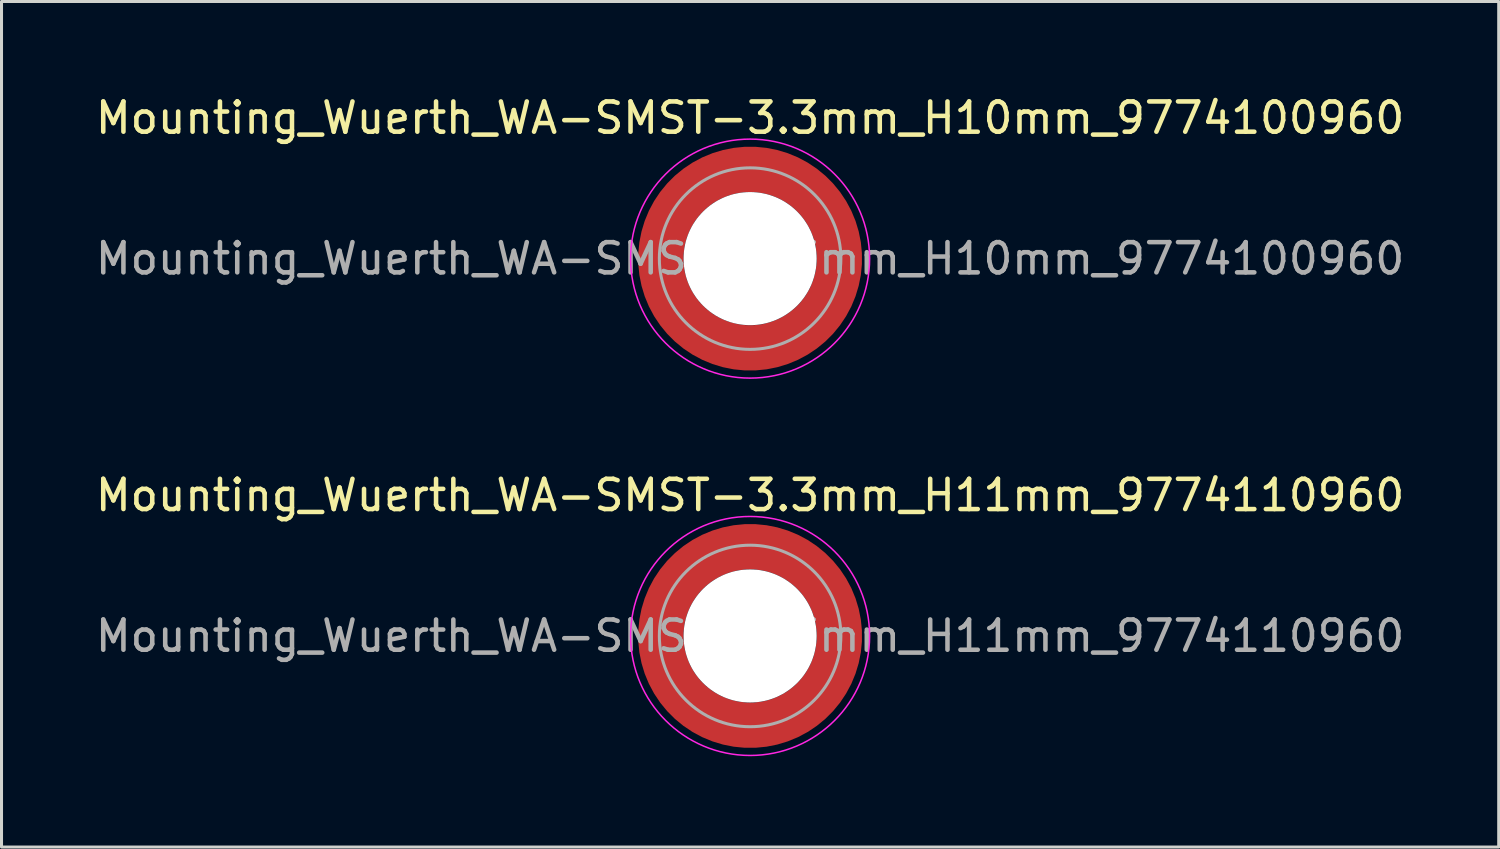
<source format=kicad_pcb>
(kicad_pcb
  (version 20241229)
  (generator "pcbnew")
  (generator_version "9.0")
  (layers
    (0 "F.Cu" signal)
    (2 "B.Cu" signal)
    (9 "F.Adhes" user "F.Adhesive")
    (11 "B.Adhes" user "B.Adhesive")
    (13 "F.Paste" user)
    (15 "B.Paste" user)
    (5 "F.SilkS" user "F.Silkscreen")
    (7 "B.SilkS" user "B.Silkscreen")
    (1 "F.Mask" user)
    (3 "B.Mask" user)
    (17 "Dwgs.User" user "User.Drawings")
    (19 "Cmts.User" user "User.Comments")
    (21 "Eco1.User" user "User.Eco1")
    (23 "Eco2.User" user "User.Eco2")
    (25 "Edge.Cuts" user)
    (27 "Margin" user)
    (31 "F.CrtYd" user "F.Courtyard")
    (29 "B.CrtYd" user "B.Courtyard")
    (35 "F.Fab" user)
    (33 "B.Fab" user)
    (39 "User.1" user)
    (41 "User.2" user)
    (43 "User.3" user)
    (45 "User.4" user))
  (footprint "Mounting_Wuerth_WA-SMST-3.3mm_H11mm_9774110960"
    (layer "F.Cu")
    (at 21.744 17.971)
    (property "Reference" "Mounting_Wuerth_WA-SMST-3.3mm_H11mm_9774110960" (at 0 -4.65 0) (layer "F.SilkS") (effects (font (size 1 1) (thickness 0.15))))
    (attr smd)
    (fp_circle (center 0 0) (end 3.95 0) (stroke (width 0.05) (type solid)) (fill no) (layer "F.CrtYd"))
    (fp_circle (center 0 0) (end 3 0) (stroke (width 0.1) (type solid)) (fill no) (layer "F.Fab"))
    (fp_text user "${REFERENCE}" (at 0 0 0) (layer "F.Fab") (effects (font (size 1 1) (thickness 0.15))))
    (pad "" smd custom (at -2.058 -2.058) (size 0.7 0.7) (layers "F.Paste") (options (anchor circle)) (primitives (gr_arc (start -0.377294 1.707681) (mid 0.318198 0.318198) (end 1.707681 -0.377294) (width 0.2)) (gr_arc (start -0.478281 1.707681) (mid 0.247487 0.247487) (end 1.707681 -0.478281) (width 0.2)) (gr_arc (start -0.579192 1.707681) (mid 0.176777 0.176777) (end 1.707681 -0.579192) (width 0.2)) (gr_arc (start -0.680037 1.707681) (mid 0.106066 0.106066) (end 1.707681 -0.680037) (width 0.2)) (gr_arc (start -0.780822 1.707681) (mid 0.035356 0.035356) (end 1.707681 -0.780822) (width 0.2)) (gr_arc (start -0.881554 1.707681) (mid -0.035355 -0.035355) (end 1.707681 -0.881554) (width 0.2)) (gr_arc (start -0.982237 1.707681) (mid -0.106066 -0.106066) (end 1.707681 -0.982237) (width 0.2)) (gr_arc (start -1.082877 1.707681) (mid -0.176777 -0.176777) (end 1.707681 -1.082877) (width 0.2)) (gr_arc (start -1.183476 1.707681) (mid -0.247487 -0.247487) (end 1.707681 -1.183476) (width 0.2)) (gr_arc (start -1.28404 1.707681) (mid -0.318198 -0.318198) (end 1.707681 -1.28404) (width 0.2)) (gr_line (start 1.708 -0.377) (end 1.708 -1.284) (width 0.2)) (gr_line (start -0.377 1.708) (end -1.284 1.708) (width 0.2))))
    (pad "" smd custom (at -2.058 2.058) (size 0.7 0.7) (layers "F.Paste") (options (anchor circle)) (primitives (gr_arc (start 1.707681 0.377294) (mid 0.318198 -0.318198) (end -0.377294 -1.707681) (width 0.2)) (gr_arc (start 1.707681 0.478281) (mid 0.247487 -0.247487) (end -0.478281 -1.707681) (width 0.2)) (gr_arc (start 1.707681 0.579192) (mid 0.176777 -0.176777) (end -0.579192 -1.707681) (width 0.2)) (gr_arc (start 1.707681 0.680037) (mid 0.106066 -0.106066) (end -0.680037 -1.707681) (width 0.2)) (gr_arc (start 1.707681 0.780822) (mid 0.035356 -0.035356) (end -0.780822 -1.707681) (width 0.2)) (gr_arc (start 1.707681 0.881554) (mid -0.035355 0.035355) (end -0.881554 -1.707681) (width 0.2)) (gr_arc (start 1.707681 0.982237) (mid -0.106066 0.106066) (end -0.982237 -1.707681) (width 0.2)) (gr_arc (start 1.707681 1.082877) (mid -0.176777 0.176777) (end -1.082877 -1.707681) (width 0.2)) (gr_arc (start 1.707681 1.183476) (mid -0.247487 0.247487) (end -1.183476 -1.707681) (width 0.2)) (gr_arc (start 1.707681 1.28404) (mid -0.318198 0.318198) (end -1.28404 -1.707681) (width 0.2)) (gr_line (start -0.377 -1.708) (end -1.284 -1.708) (width 0.2)) (gr_line (start 1.708 0.377) (end 1.708 1.284) (width 0.2))))
    (pad "" np_thru_hole circle (at 0 0) (size 4.4 4.4) (drill 4.4) (layers "*.Cu" "*.Mask"))
    (pad "" smd custom (at 2.058 -2.058) (size 0.7 0.7) (layers "F.Paste") (options (anchor circle)) (primitives (gr_arc (start -1.707681 -0.377294) (mid -0.318198 0.318198) (end 0.377294 1.707681) (width 0.2)) (gr_arc (start -1.707681 -0.478281) (mid -0.247487 0.247487) (end 0.478281 1.707681) (width 0.2)) (gr_arc (start -1.707681 -0.579192) (mid -0.176777 0.176777) (end 0.579192 1.707681) (width 0.2)) (gr_arc (start -1.707681 -0.680037) (mid -0.106066 0.106066) (end 0.680037 1.707681) (width 0.2)) (gr_arc (start -1.707681 -0.780822) (mid -0.035356 0.035356) (end 0.780822 1.707681) (width 0.2)) (gr_arc (start -1.707681 -0.881554) (mid 0.035355 -0.035355) (end 0.881554 1.707681) (width 0.2)) (gr_arc (start -1.707681 -0.982237) (mid 0.106066 -0.106066) (end 0.982237 1.707681) (width 0.2)) (gr_arc (start -1.707681 -1.082877) (mid 0.176777 -0.176777) (end 1.082877 1.707681) (width 0.2)) (gr_arc (start -1.707681 -1.183476) (mid 0.247487 -0.247487) (end 1.183476 1.707681) (width 0.2)) (gr_arc (start -1.707681 -1.28404) (mid 0.318198 -0.318198) (end 1.28404 1.707681) (width 0.2)) (gr_line (start 0.377 1.708) (end 1.284 1.708) (width 0.2)) (gr_line (start -1.708 -0.377) (end -1.708 -1.284) (width 0.2))))
    (pad "" smd custom (at 2.058 2.058) (size 0.7 0.7) (layers "F.Paste") (options (anchor circle)) (primitives (gr_arc (start 0.377294 -1.707681) (mid -0.318198 -0.318198) (end -1.707681 0.377294) (width 0.2)) (gr_arc (start 0.478281 -1.707681) (mid -0.247487 -0.247487) (end -1.707681 0.478281) (width 0.2)) (gr_arc (start 0.579192 -1.707681) (mid -0.176777 -0.176777) (end -1.707681 0.579192) (width 0.2)) (gr_arc (start 0.680037 -1.707681) (mid -0.106066 -0.106066) (end -1.707681 0.680037) (width 0.2)) (gr_arc (start 0.780822 -1.707681) (mid -0.035356 -0.035356) (end -1.707681 0.780822) (width 0.2)) (gr_arc (start 0.881554 -1.707681) (mid 0.035355 0.035355) (end -1.707681 0.881554) (width 0.2)) (gr_arc (start 0.982237 -1.707681) (mid 0.106066 0.106066) (end -1.707681 0.982237) (width 0.2)) (gr_arc (start 1.082877 -1.707681) (mid 0.176777 0.176777) (end -1.707681 1.082877) (width 0.2)) (gr_arc (start 1.183476 -1.707681) (mid 0.247487 0.247487) (end -1.707681 1.183476) (width 0.2)) (gr_arc (start 1.28404 -1.707681) (mid 0.318198 0.318198) (end -1.707681 1.28404) (width 0.2)) (gr_line (start -1.708 0.377) (end -1.708 1.284) (width 0.2)) (gr_line (start 0.377 -1.708) (end 1.284 -1.708) (width 0.2))))
    (pad "1" smd circle (at -2.95 0) (size 1.1 1.1) (layers "F.Cu"))
    (pad "1" smd circle (at 0 -2.95) (size 1.1 1.1) (layers "F.Cu"))
    (pad "1" smd circle (at 0 2.95) (size 1.1 1.1) (layers "F.Cu"))
    (pad "1" smd custom (at 2.95 0) (size 1.1 1.1) (layers "F.Cu" "F.Mask") (options (anchor circle)) (primitives (gr_circle (center -2.95 0) (end 0 0) (width 1.5) (fill no)))))
  (footprint "Mounting_Wuerth_WA-SMST-3.3mm_H10mm_9774100960"
    (layer "F.Cu")
    (at 21.744 5.498)
    (property "Reference" "Mounting_Wuerth_WA-SMST-3.3mm_H10mm_9774100960" (at 0 -4.65 0) (layer "F.SilkS") (effects (font (size 1 1) (thickness 0.15))))
    (attr smd)
    (fp_circle (center 0 0) (end 3.95 0) (stroke (width 0.05) (type solid)) (fill no) (layer "F.CrtYd"))
    (fp_circle (center 0 0) (end 3 0) (stroke (width 0.1) (type solid)) (fill no) (layer "F.Fab"))
    (fp_text user "${REFERENCE}" (at 0 0 0) (layer "F.Fab") (effects (font (size 1 1) (thickness 0.15))))
    (pad "" smd custom (at -2.058 -2.058) (size 0.7 0.7) (layers "F.Paste") (options (anchor circle)) (primitives (gr_arc (start -0.377294 1.707681) (mid 0.318198 0.318198) (end 1.707681 -0.377294) (width 0.2)) (gr_arc (start -0.478281 1.707681) (mid 0.247487 0.247487) (end 1.707681 -0.478281) (width 0.2)) (gr_arc (start -0.579192 1.707681) (mid 0.176777 0.176777) (end 1.707681 -0.579192) (width 0.2)) (gr_arc (start -0.680037 1.707681) (mid 0.106066 0.106066) (end 1.707681 -0.680037) (width 0.2)) (gr_arc (start -0.780822 1.707681) (mid 0.035356 0.035356) (end 1.707681 -0.780822) (width 0.2)) (gr_arc (start -0.881554 1.707681) (mid -0.035355 -0.035355) (end 1.707681 -0.881554) (width 0.2)) (gr_arc (start -0.982237 1.707681) (mid -0.106066 -0.106066) (end 1.707681 -0.982237) (width 0.2)) (gr_arc (start -1.082877 1.707681) (mid -0.176777 -0.176777) (end 1.707681 -1.082877) (width 0.2)) (gr_arc (start -1.183476 1.707681) (mid -0.247487 -0.247487) (end 1.707681 -1.183476) (width 0.2)) (gr_arc (start -1.28404 1.707681) (mid -0.318198 -0.318198) (end 1.707681 -1.28404) (width 0.2)) (gr_line (start 1.708 -0.377) (end 1.708 -1.284) (width 0.2)) (gr_line (start -0.377 1.708) (end -1.284 1.708) (width 0.2))))
    (pad "" smd custom (at -2.058 2.058) (size 0.7 0.7) (layers "F.Paste") (options (anchor circle)) (primitives (gr_arc (start 1.707681 0.377294) (mid 0.318198 -0.318198) (end -0.377294 -1.707681) (width 0.2)) (gr_arc (start 1.707681 0.478281) (mid 0.247487 -0.247487) (end -0.478281 -1.707681) (width 0.2)) (gr_arc (start 1.707681 0.579192) (mid 0.176777 -0.176777) (end -0.579192 -1.707681) (width 0.2)) (gr_arc (start 1.707681 0.680037) (mid 0.106066 -0.106066) (end -0.680037 -1.707681) (width 0.2)) (gr_arc (start 1.707681 0.780822) (mid 0.035356 -0.035356) (end -0.780822 -1.707681) (width 0.2)) (gr_arc (start 1.707681 0.881554) (mid -0.035355 0.035355) (end -0.881554 -1.707681) (width 0.2)) (gr_arc (start 1.707681 0.982237) (mid -0.106066 0.106066) (end -0.982237 -1.707681) (width 0.2)) (gr_arc (start 1.707681 1.082877) (mid -0.176777 0.176777) (end -1.082877 -1.707681) (width 0.2)) (gr_arc (start 1.707681 1.183476) (mid -0.247487 0.247487) (end -1.183476 -1.707681) (width 0.2)) (gr_arc (start 1.707681 1.28404) (mid -0.318198 0.318198) (end -1.28404 -1.707681) (width 0.2)) (gr_line (start -0.377 -1.708) (end -1.284 -1.708) (width 0.2)) (gr_line (start 1.708 0.377) (end 1.708 1.284) (width 0.2))))
    (pad "" np_thru_hole circle (at 0 0) (size 4.4 4.4) (drill 4.4) (layers "*.Cu" "*.Mask"))
    (pad "" smd custom (at 2.058 -2.058) (size 0.7 0.7) (layers "F.Paste") (options (anchor circle)) (primitives (gr_arc (start -1.707681 -0.377294) (mid -0.318198 0.318198) (end 0.377294 1.707681) (width 0.2)) (gr_arc (start -1.707681 -0.478281) (mid -0.247487 0.247487) (end 0.478281 1.707681) (width 0.2)) (gr_arc (start -1.707681 -0.579192) (mid -0.176777 0.176777) (end 0.579192 1.707681) (width 0.2)) (gr_arc (start -1.707681 -0.680037) (mid -0.106066 0.106066) (end 0.680037 1.707681) (width 0.2)) (gr_arc (start -1.707681 -0.780822) (mid -0.035356 0.035356) (end 0.780822 1.707681) (width 0.2)) (gr_arc (start -1.707681 -0.881554) (mid 0.035355 -0.035355) (end 0.881554 1.707681) (width 0.2)) (gr_arc (start -1.707681 -0.982237) (mid 0.106066 -0.106066) (end 0.982237 1.707681) (width 0.2)) (gr_arc (start -1.707681 -1.082877) (mid 0.176777 -0.176777) (end 1.082877 1.707681) (width 0.2)) (gr_arc (start -1.707681 -1.183476) (mid 0.247487 -0.247487) (end 1.183476 1.707681) (width 0.2)) (gr_arc (start -1.707681 -1.28404) (mid 0.318198 -0.318198) (end 1.28404 1.707681) (width 0.2)) (gr_line (start 0.377 1.708) (end 1.284 1.708) (width 0.2)) (gr_line (start -1.708 -0.377) (end -1.708 -1.284) (width 0.2))))
    (pad "" smd custom (at 2.058 2.058) (size 0.7 0.7) (layers "F.Paste") (options (anchor circle)) (primitives (gr_arc (start 0.377294 -1.707681) (mid -0.318198 -0.318198) (end -1.707681 0.377294) (width 0.2)) (gr_arc (start 0.478281 -1.707681) (mid -0.247487 -0.247487) (end -1.707681 0.478281) (width 0.2)) (gr_arc (start 0.579192 -1.707681) (mid -0.176777 -0.176777) (end -1.707681 0.579192) (width 0.2)) (gr_arc (start 0.680037 -1.707681) (mid -0.106066 -0.106066) (end -1.707681 0.680037) (width 0.2)) (gr_arc (start 0.780822 -1.707681) (mid -0.035356 -0.035356) (end -1.707681 0.780822) (width 0.2)) (gr_arc (start 0.881554 -1.707681) (mid 0.035355 0.035355) (end -1.707681 0.881554) (width 0.2)) (gr_arc (start 0.982237 -1.707681) (mid 0.106066 0.106066) (end -1.707681 0.982237) (width 0.2)) (gr_arc (start 1.082877 -1.707681) (mid 0.176777 0.176777) (end -1.707681 1.082877) (width 0.2)) (gr_arc (start 1.183476 -1.707681) (mid 0.247487 0.247487) (end -1.707681 1.183476) (width 0.2)) (gr_arc (start 1.28404 -1.707681) (mid 0.318198 0.318198) (end -1.707681 1.28404) (width 0.2)) (gr_line (start -1.708 0.377) (end -1.708 1.284) (width 0.2)) (gr_line (start 0.377 -1.708) (end 1.284 -1.708) (width 0.2))))
    (pad "1" smd circle (at -2.95 0) (size 1.1 1.1) (layers "F.Cu"))
    (pad "1" smd circle (at 0 -2.95) (size 1.1 1.1) (layers "F.Cu"))
    (pad "1" smd circle (at 0 2.95) (size 1.1 1.1) (layers "F.Cu"))
    (pad "1" smd custom (at 2.95 0) (size 1.1 1.1) (layers "F.Cu" "F.Mask") (options (anchor circle)) (primitives (gr_circle (center -2.95 0) (end 0 0) (width 1.5) (fill no)))))
  (gr_rect
    (start -3 -3)
    (end 46.488 24.947)
    (stroke (width 0.1) (type default))
    (fill no)
    (layer "Edge.Cuts")))
</source>
